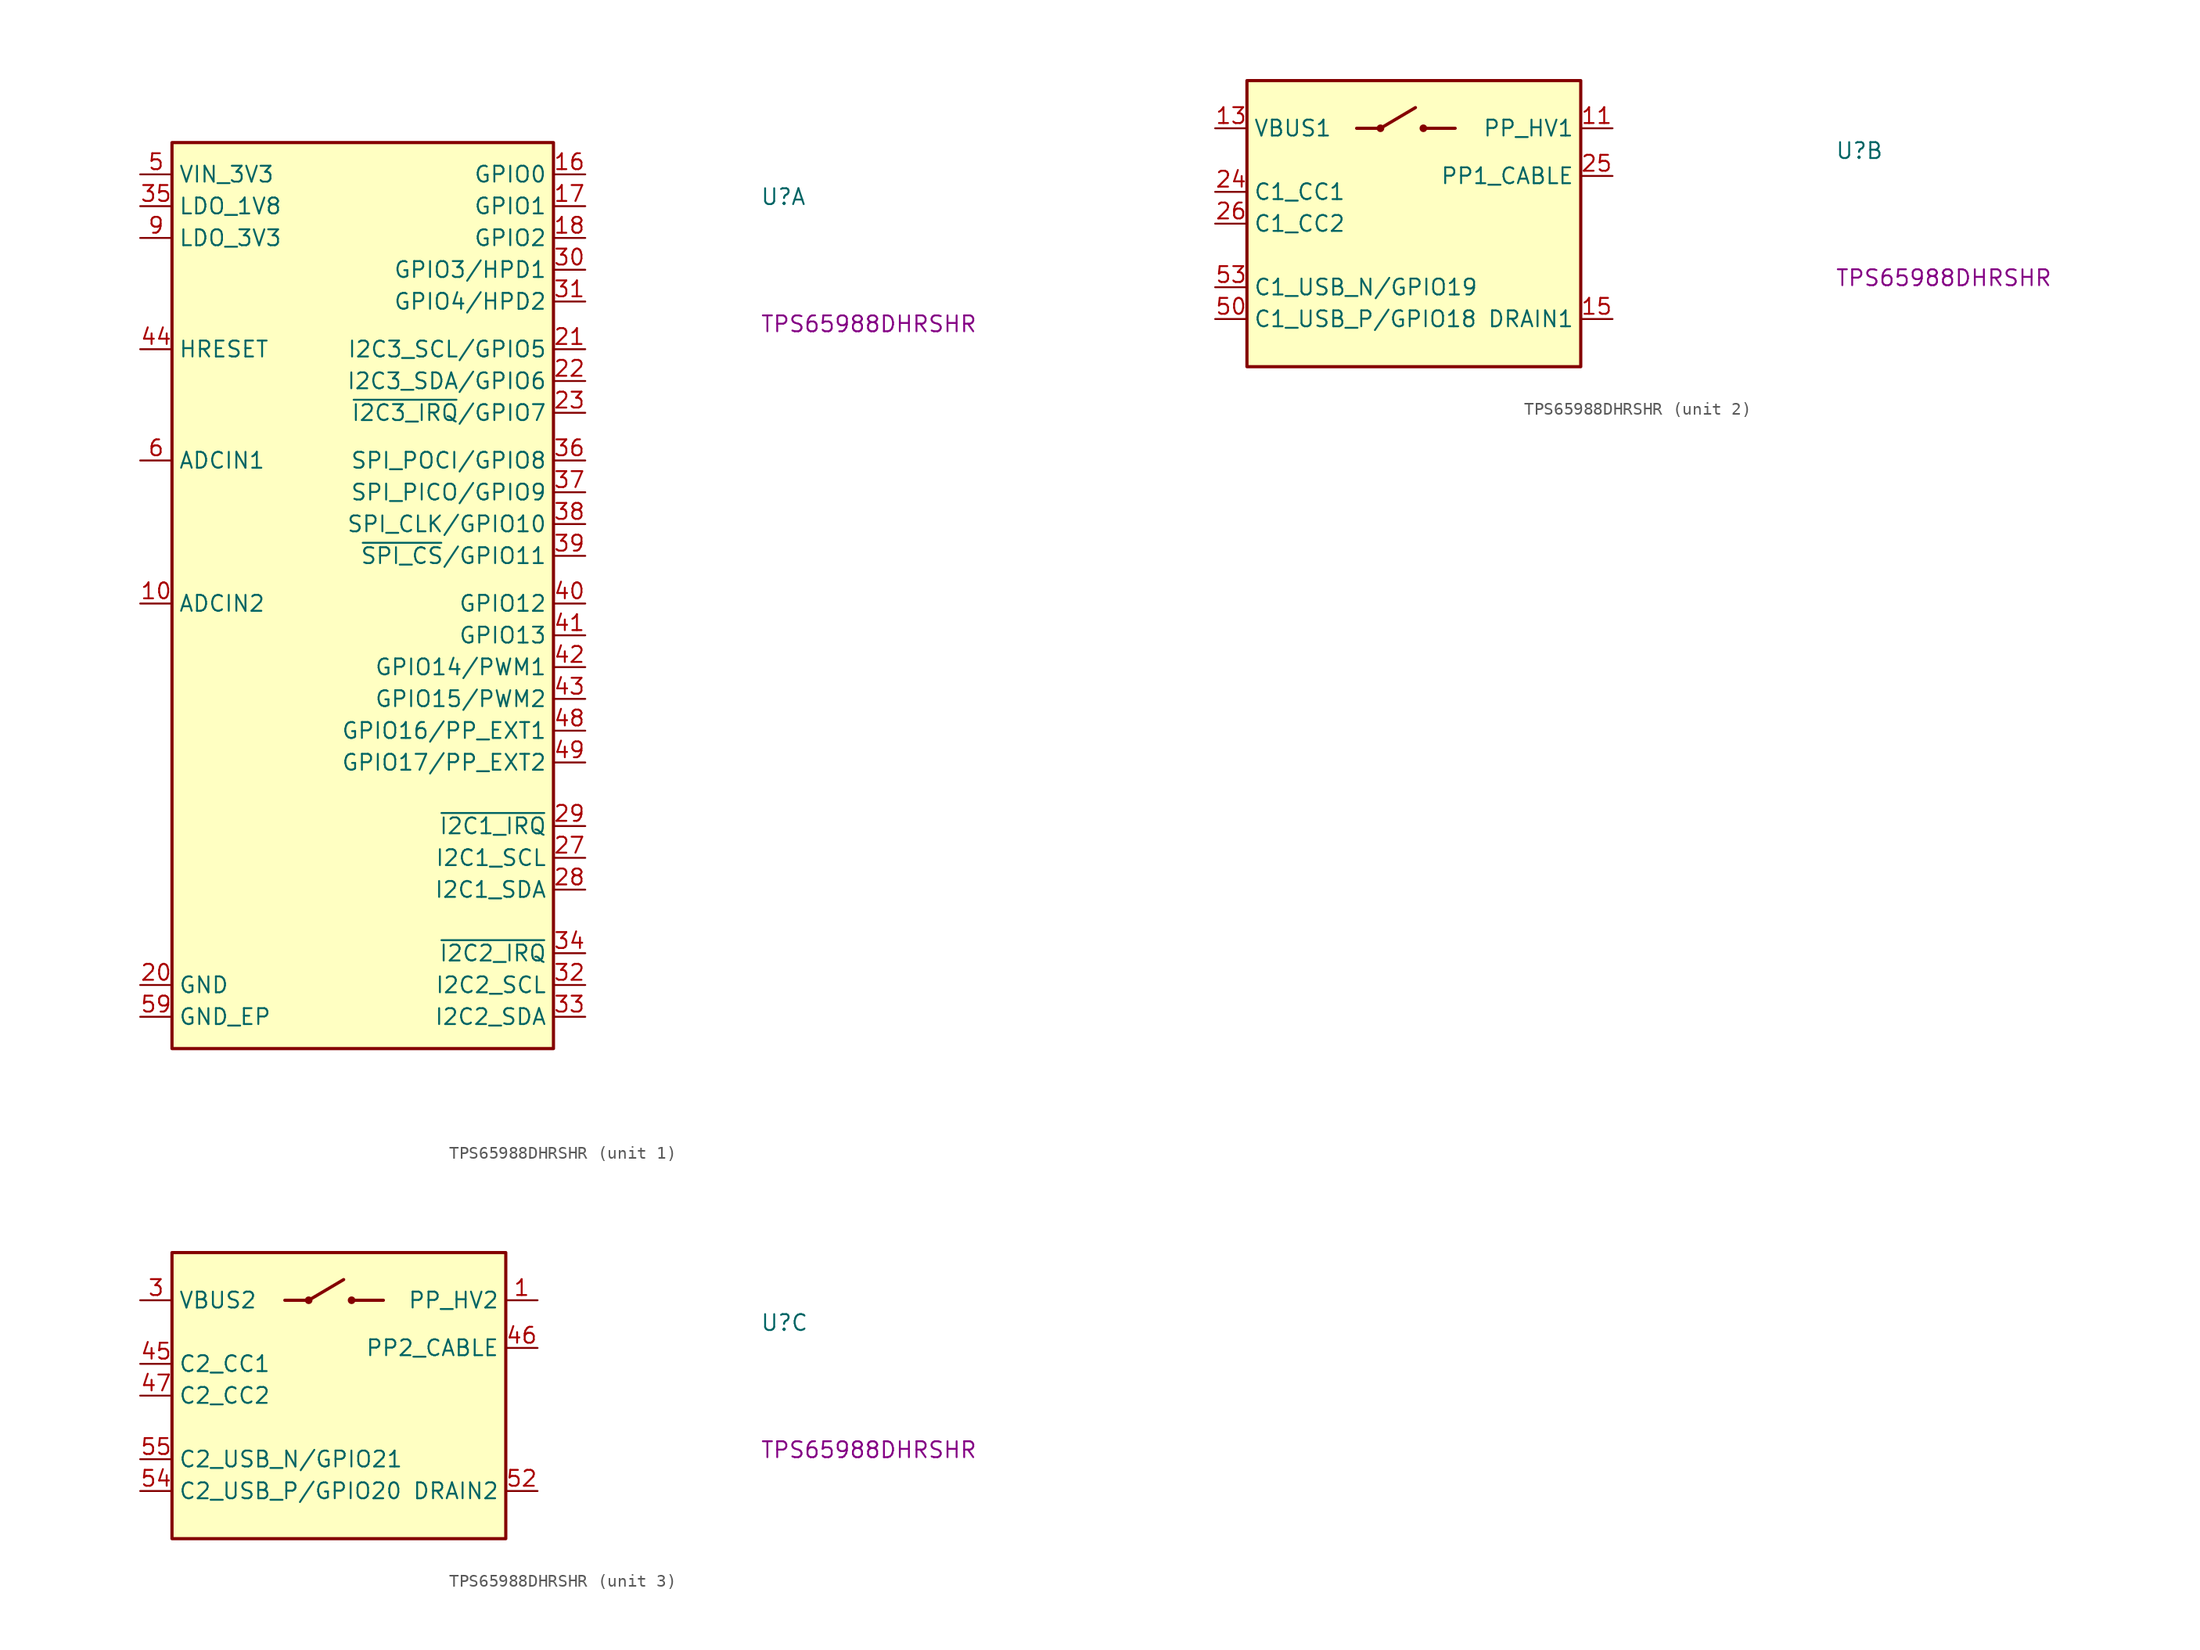
<source format=kicad_sym>
(kicad_symbol_lib
  (version 20220914)
  (generator kicad_symbol_editor)
  (symbol "TPS65988DHRSHR"
    (property "Reference" "U"
      (at 49.53 -2.54 0)
      (effects (font (size 1.27 1.27) (thickness 0.15)) (justify left bottom)))
    (property "MPN" "TPS65988DHRSHR "
      (at 49.53 -12.7 0)
      (effects (font (size 1.27 1.27) (thickness 0.15)) (justify left bottom)))
    (property "ki_locked" ""
      (at 0 0 0)
      (effects (font (size 1.27 1.27))))
    (symbol "TPS65988DHRSHR_1_1"
      (rectangle (start 2.54 2.54) (end 33.02 -69.85) (stroke (width 0.254) (type default)) (fill (type background)))
      (pin input line (at 0 -34.29 0) (length 2.54) (name "ADCIN2" (effects (font (size 1.27 1.27)))) (number "10" (effects (font (size 1.27 1.27)))))
      (pin bidirectional line (at 35.56 0 180) (length 2.54) (name "GPIO0" (effects (font (size 1.27 1.27)))) (number "16" (effects (font (size 1.27 1.27)))))
      (pin bidirectional line (at 35.56 -2.54 180) (length 2.54) (name "GPIO1" (effects (font (size 1.27 1.27)))) (number "17" (effects (font (size 1.27 1.27)))))
      (pin bidirectional line (at 35.56 -5.08 180) (length 2.54) (name "GPIO2" (effects (font (size 1.27 1.27)))) (number "18" (effects (font (size 1.27 1.27)))))
      (pin power_in line (at 0 -64.77 0) (length 2.54) (name "GND" (effects (font (size 1.27 1.27)))) (number "20" (effects (font (size 1.27 1.27)))))
      (pin bidirectional line (at 35.56 -13.97 180) (length 2.54) (name "I2C3_SCL/GPIO5" (effects (font (size 1.27 1.27)))) (number "21" (effects (font (size 1.27 1.27)))) (alternate "GPIO5" bidirectional line) (alternate "I2C3_SCL" bidirectional line))
      (pin bidirectional line (at 35.56 -16.51 180) (length 2.54) (name "I2C3_SDA/GPIO6" (effects (font (size 1.27 1.27)))) (number "22" (effects (font (size 1.27 1.27)))) (alternate "GPIO6" bidirectional line) (alternate "I2C3_SDA" bidirectional line))
      (pin bidirectional line (at 35.56 -19.05 180) (length 2.54) (name "~{I2C3_IRQ}/GPIO7" (effects (font (size 1.27 1.27)))) (number "23" (effects (font (size 1.27 1.27)))) (alternate "GPIO7" bidirectional line) (alternate "~{I2C3_IRQ}" bidirectional line))
      (pin bidirectional line (at 35.56 -54.61 180) (length 2.54) (name "I2C1_SCL" (effects (font (size 1.27 1.27)))) (number "27" (effects (font (size 1.27 1.27)))))
      (pin bidirectional line (at 35.56 -57.15 180) (length 2.54) (name "I2C1_SDA" (effects (font (size 1.27 1.27)))) (number "28" (effects (font (size 1.27 1.27)))))
      (pin output line (at 35.56 -52.07 180) (length 2.54) (name "~{I2C1_IRQ}" (effects (font (size 1.27 1.27)))) (number "29" (effects (font (size 1.27 1.27)))))
      (pin bidirectional line (at 35.56 -7.62 180) (length 2.54) (name "GPIO3/HPD1" (effects (font (size 1.27 1.27)))) (number "30" (effects (font (size 1.27 1.27)))) (alternate "GPIO3" bidirectional line) (alternate "HPD1" bidirectional line))
      (pin bidirectional line (at 35.56 -10.16 180) (length 2.54) (name "GPIO4/HPD2" (effects (font (size 1.27 1.27)))) (number "31" (effects (font (size 1.27 1.27)))) (alternate "GPIO4" bidirectional line) (alternate "HPD2" bidirectional line))
      (pin bidirectional line (at 35.56 -64.77 180) (length 2.54) (name "I2C2_SCL" (effects (font (size 1.27 1.27)))) (number "32" (effects (font (size 1.27 1.27)))))
      (pin bidirectional line (at 35.56 -67.31 180) (length 2.54) (name "I2C2_SDA" (effects (font (size 1.27 1.27)))) (number "33" (effects (font (size 1.27 1.27)))))
      (pin output line (at 35.56 -62.23 180) (length 2.54) (name "~{I2C2_IRQ}" (effects (font (size 1.27 1.27)))) (number "34" (effects (font (size 1.27 1.27)))))
      (pin power_out line (at 0 -2.54 0) (length 2.54) (name "LDO_1V8" (effects (font (size 1.27 1.27)))) (number "35" (effects (font (size 1.27 1.27)))))
      (pin bidirectional line (at 35.56 -22.86 180) (length 2.54) (name "SPI_POCI/GPIO8" (effects (font (size 1.27 1.27)))) (number "36" (effects (font (size 1.27 1.27)))) (alternate "GPIO8" bidirectional line) (alternate "SPI_POCI" bidirectional line))
      (pin bidirectional line (at 35.56 -25.4 180) (length 2.54) (name "SPI_PICO/GPIO9" (effects (font (size 1.27 1.27)))) (number "37" (effects (font (size 1.27 1.27)))) (alternate "GPIO9" bidirectional line) (alternate "SPI_PICO" bidirectional line))
      (pin bidirectional line (at 35.56 -27.94 180) (length 2.54) (name "SPI_CLK/GPIO10" (effects (font (size 1.27 1.27)))) (number "38" (effects (font (size 1.27 1.27)))) (alternate "GPIO10" bidirectional line) (alternate "SPI_CLK" bidirectional line))
      (pin bidirectional line (at 35.56 -30.48 180) (length 2.54) (name "~{SPI_CS}/GPIO11" (effects (font (size 1.27 1.27)))) (number "39" (effects (font (size 1.27 1.27)))) (alternate "GPIO11" bidirectional line) (alternate "~{SPI_CS}" bidirectional line))
      (pin bidirectional line (at 35.56 -34.29 180) (length 2.54) (name "GPIO12" (effects (font (size 1.27 1.27)))) (number "40" (effects (font (size 1.27 1.27)))))
      (pin bidirectional line (at 35.56 -36.83 180) (length 2.54) (name "GPIO13" (effects (font (size 1.27 1.27)))) (number "41" (effects (font (size 1.27 1.27)))))
      (pin bidirectional line (at 35.56 -39.37 180) (length 2.54) (name "GPIO14/PWM1" (effects (font (size 1.27 1.27)))) (number "42" (effects (font (size 1.27 1.27)))) (alternate "GPIO14" bidirectional line) (alternate "PWM1" output line))
      (pin bidirectional line (at 35.56 -41.91 180) (length 2.54) (name "GPIO15/PWM2" (effects (font (size 1.27 1.27)))) (number "43" (effects (font (size 1.27 1.27)))) (alternate "GPIO15" bidirectional line) (alternate "PWM2" output line))
      (pin input line (at 0 -13.97 0) (length 2.54) (name "HRESET" (effects (font (size 1.27 1.27)))) (number "44" (effects (font (size 1.27 1.27)))))
      (pin bidirectional line (at 35.56 -44.45 180) (length 2.54) (name "GPIO16/PP_EXT1" (effects (font (size 1.27 1.27)))) (number "48" (effects (font (size 1.27 1.27)))) (alternate "GPIO16" bidirectional line) (alternate "PP_EXT1" output line))
      (pin bidirectional line (at 35.56 -46.99 180) (length 2.54) (name "GPIO17/PP_EXT2" (effects (font (size 1.27 1.27)))) (number "49" (effects (font (size 1.27 1.27)))) (alternate "GPIO17" bidirectional line) (alternate "PP_EXT2" output line))
      (pin power_in line (at 0 0 0) (length 2.54) (name "VIN_3V3" (effects (font (size 1.27 1.27)))) (number "5" (effects (font (size 1.27 1.27)))))
      (pin passive line (at 0 -64.77 0) (length 2.54) hide (name "GND" (effects (font (size 1.27 1.27)))) (number "51" (effects (font (size 1.27 1.27)))))
      (pin power_in line (at 0 -67.31 0) (length 2.54) (name "GND_EP" (effects (font (size 1.27 1.27)))) (number "59" (effects (font (size 1.27 1.27)))))
      (pin input line (at 0 -22.86 0) (length 2.54) (name "ADCIN1" (effects (font (size 1.27 1.27)))) (number "6" (effects (font (size 1.27 1.27)))))
      (pin power_out line (at 0 -5.08 0) (length 2.54) (name "LDO_3V3" (effects (font (size 1.27 1.27)))) (number "9" (effects (font (size 1.27 1.27))))))
    (symbol "TPS65988DHRSHR_2_1"
      (polyline (pts (xy 11.303 0) (xy 13.208 0)) (stroke (width 0.254) (type default)) (fill (type background)))
      (polyline (pts (xy 13.208 0) (xy 16.002 1.651)) (stroke (width 0.254) (type default)) (fill (type background)))
      (polyline (pts (xy 19.177 0) (xy 16.637 0)) (stroke (width 0.254) (type default)) (fill (type background)))
      (rectangle (start 2.54 3.81) (end 29.21 -19.05) (stroke (width 0.254) (type default)) (fill (type background)))
      (circle (center 13.208 0) (radius 0.18) (stroke (width 0.254) (type default)) (fill (type background)))
      (circle (center 16.637 0) (radius 0.18) (stroke (width 0.254) (type default)) (fill (type background)))
      (pin bidirectional line (at 31.75 0 180) (length 2.54) (name "PP_HV1" (effects (font (size 1.27 1.27)))) (number "11" (effects (font (size 1.27 1.27)))))
      (pin bidirectional line (at 0 0 0) (length 2.54) (name "VBUS1" (effects (font (size 1.27 1.27)))) (number "13" (effects (font (size 1.27 1.27)))))
      (pin passive line (at 31.75 -15.24 180) (length 2.54) (name "DRAIN1" (effects (font (size 1.27 1.27)))) (number "15" (effects (font (size 1.27 1.27)))))
      (pin passive line (at 31.75 -15.24 180) (length 2.54) hide (name "DRAIN1" (effects (font (size 1.27 1.27)))) (number "19" (effects (font (size 1.27 1.27)))))
      (pin bidirectional line (at 0 -5.08 0) (length 2.54) (name "C1_CC1" (effects (font (size 1.27 1.27)))) (number "24" (effects (font (size 1.27 1.27)))))
      (pin power_in line (at 31.75 -3.81 180) (length 2.54) (name "PP1_CABLE" (effects (font (size 1.27 1.27)))) (number "25" (effects (font (size 1.27 1.27)))))
      (pin bidirectional line (at 0 -7.62 0) (length 2.54) (name "C1_CC2" (effects (font (size 1.27 1.27)))) (number "26" (effects (font (size 1.27 1.27)))))
      (pin bidirectional line (at 0 -15.24 0) (length 2.54) (name "C1_USB_P/GPIO18" (effects (font (size 1.27 1.27)))) (number "50" (effects (font (size 1.27 1.27)))) (alternate "C1_USB_P" bidirectional line) (alternate "GPIO18" bidirectional line))
      (pin bidirectional line (at 0 -12.7 0) (length 2.54) (name "C1_USB_N/GPIO19" (effects (font (size 1.27 1.27)))) (number "53" (effects (font (size 1.27 1.27)))) (alternate "C1_USB_N" bidirectional line) (alternate "GPIO19" bidirectional line))
      (pin passive line (at 31.75 -15.24 180) (length 2.54) hide (name "DRAIN1" (effects (font (size 1.27 1.27)))) (number "58" (effects (font (size 1.27 1.27)))))
      (pin passive line (at 31.75 -15.24 180) (length 2.54) hide (name "DRAIN1" (effects (font (size 1.27 1.27)))) (number "8" (effects (font (size 1.27 1.27))))))
    (symbol "TPS65988DHRSHR_3_1"
      (polyline (pts (xy 11.557 0) (xy 13.462 0)) (stroke (width 0.254) (type default)) (fill (type background)))
      (polyline (pts (xy 13.462 0) (xy 16.256 1.651)) (stroke (width 0.254) (type default)) (fill (type background)))
      (polyline (pts (xy 19.431 0) (xy 16.891 0)) (stroke (width 0.254) (type default)) (fill (type background)))
      (rectangle (start 2.54 3.81) (end 29.21 -19.05) (stroke (width 0.254) (type default)) (fill (type background)))
      (circle (center 13.462 0) (radius 0.18) (stroke (width 0.254) (type default)) (fill (type background)))
      (circle (center 16.891 0) (radius 0.18) (stroke (width 0.254) (type default)) (fill (type background)))
      (pin bidirectional line (at 31.75 0 180) (length 2.54) (name "PP_HV2" (effects (font (size 1.27 1.27)))) (number "1" (effects (font (size 1.27 1.27)))))
      (pin bidirectional line (at 0 0 0) (length 2.54) (name "VBUS2" (effects (font (size 1.27 1.27)))) (number "3" (effects (font (size 1.27 1.27)))))
      (pin bidirectional line (at 0 -5.08 0) (length 2.54) (name "C2_CC1" (effects (font (size 1.27 1.27)))) (number "45" (effects (font (size 1.27 1.27)))))
      (pin power_in line (at 31.75 -3.81 180) (length 2.54) (name "PP2_CABLE" (effects (font (size 1.27 1.27)))) (number "46" (effects (font (size 1.27 1.27)))))
      (pin bidirectional line (at 0 -7.62 0) (length 2.54) (name "C2_CC2" (effects (font (size 1.27 1.27)))) (number "47" (effects (font (size 1.27 1.27)))))
      (pin passive line (at 31.75 -15.24 180) (length 2.54) (name "DRAIN2" (effects (font (size 1.27 1.27)))) (number "52" (effects (font (size 1.27 1.27)))))
      (pin bidirectional line (at 0 -15.24 0) (length 2.54) (name "C2_USB_P/GPIO20" (effects (font (size 1.27 1.27)))) (number "54" (effects (font (size 1.27 1.27)))) (alternate "C2_USB_P" bidirectional line) (alternate "GPIO20" bidirectional line))
      (pin bidirectional line (at 0 -12.7 0) (length 2.54) (name "C2_USB_N/GPIO21" (effects (font (size 1.27 1.27)))) (number "55" (effects (font (size 1.27 1.27)))) (alternate "C2_USB_N" bidirectional line) (alternate "GPIO21" bidirectional line))
      (pin passive line (at 31.75 -15.24 180) (length 2.54) hide (name "DRAIN2" (effects (font (size 1.27 1.27)))) (number "56" (effects (font (size 1.27 1.27)))))
      (pin passive line (at 31.75 -15.24 180) (length 2.54) hide (name "DRAIN2" (effects (font (size 1.27 1.27)))) (number "57" (effects (font (size 1.27 1.27)))))
      (pin passive line (at 31.75 -15.24 180) (length 2.54) hide (name "DRAIN2" (effects (font (size 1.27 1.27)))) (number "7" (effects (font (size 1.27 1.27))))))))
</source>
